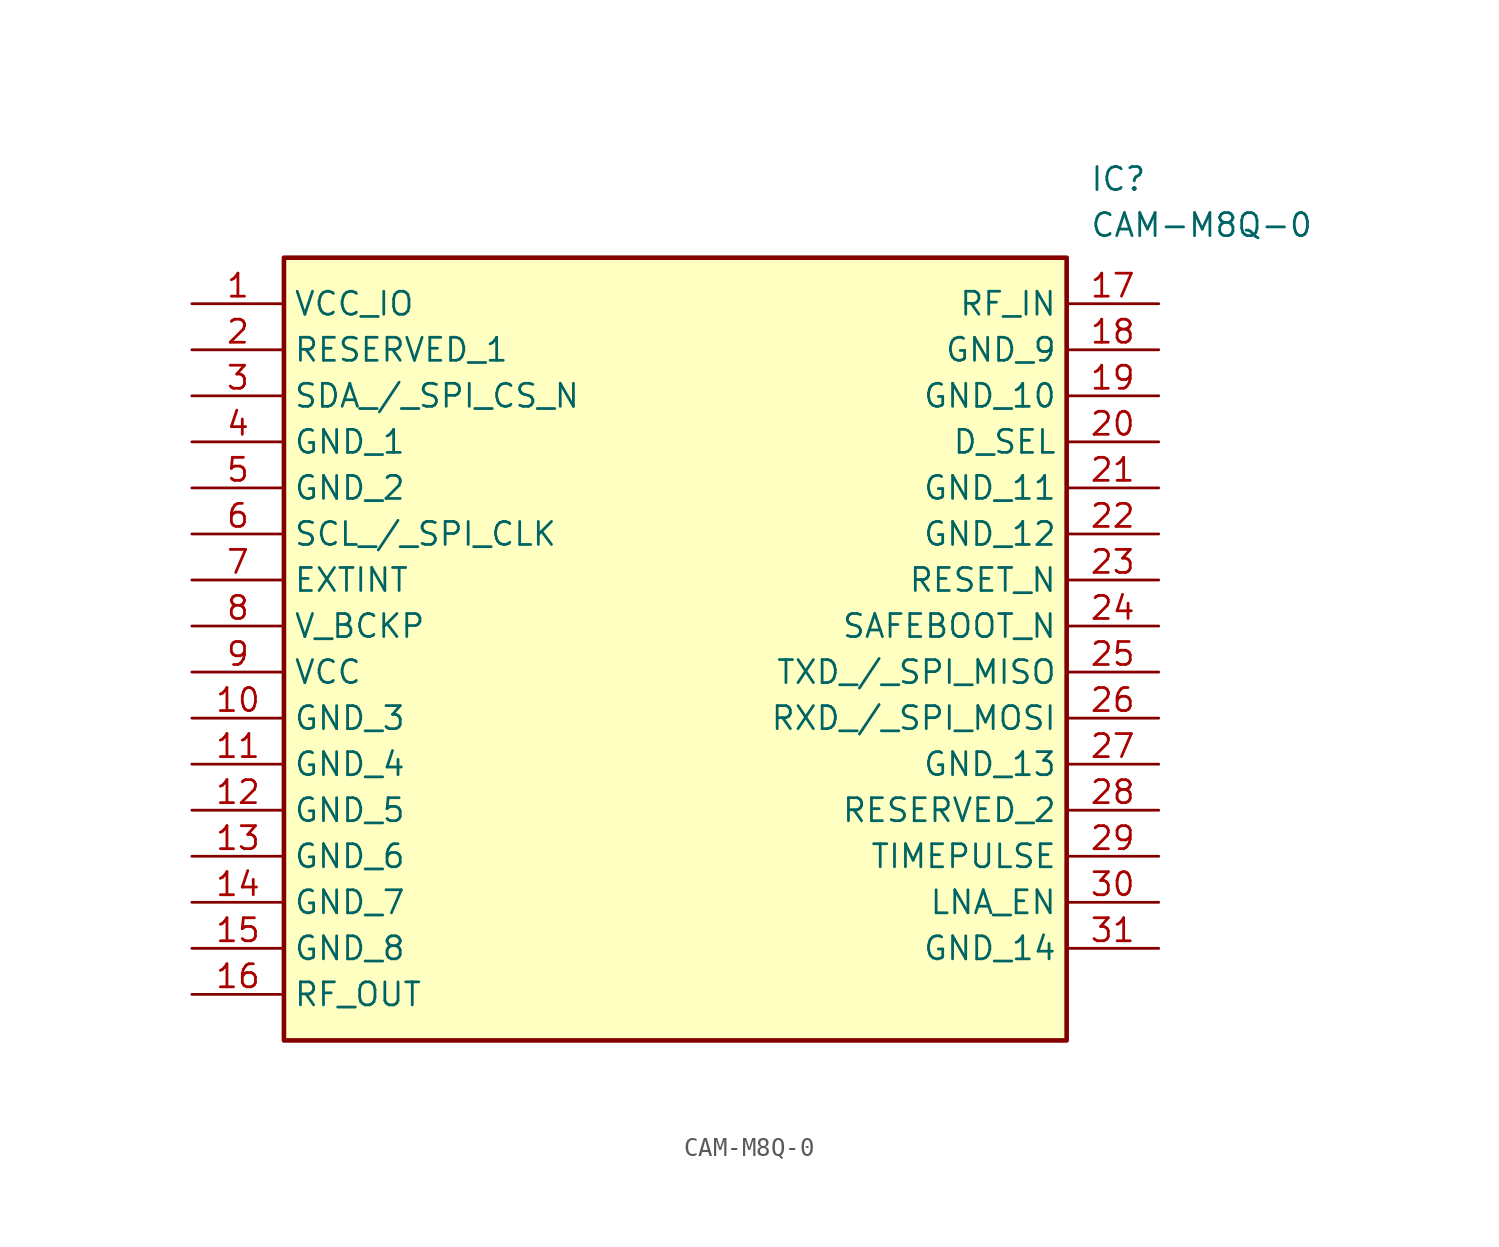
<source format=kicad_sym>
(kicad_symbol_lib
  (version 20211014)
  (generator SamacSys_ECAD_Model)
  (symbol "CAM-M8Q-0"
    (property "Reference" "IC"
      (at 49.53 7.62 0)
      (effects (font (size 1.27 1.27)) (justify left top)))
    (property "Value" "CAM-M8Q-0"
      (at 49.53 5.08 0)
      (effects (font (size 1.27 1.27)) (justify left top)))
    (rectangle
      (start 5.08 2.54)
      (end 48.26 -40.64)
      (stroke (width 0.254) (type default))
      (fill (type background)))
    (pin passive line
      (at 0 0 0)
      (length 5.08)
      (name "VCC_IO" (effects (font (size 1.27 1.27))))
      (number "1" (effects (font (size 1.27 1.27)))))
    (pin passive line
      (at 0 -2.54 0)
      (length 5.08)
      (name "RESERVED_1" (effects (font (size 1.27 1.27))))
      (number "2" (effects (font (size 1.27 1.27)))))
    (pin passive line
      (at 0 -5.08 0)
      (length 5.08)
      (name "SDA_/_SPI_CS_N" (effects (font (size 1.27 1.27))))
      (number "3" (effects (font (size 1.27 1.27)))))
    (pin passive line
      (at 0 -7.62 0)
      (length 5.08)
      (name "GND_1" (effects (font (size 1.27 1.27))))
      (number "4" (effects (font (size 1.27 1.27)))))
    (pin passive line
      (at 0 -10.16 0)
      (length 5.08)
      (name "GND_2" (effects (font (size 1.27 1.27))))
      (number "5" (effects (font (size 1.27 1.27)))))
    (pin passive line
      (at 0 -12.7 0)
      (length 5.08)
      (name "SCL_/_SPI_CLK" (effects (font (size 1.27 1.27))))
      (number "6" (effects (font (size 1.27 1.27)))))
    (pin passive line
      (at 0 -15.24 0)
      (length 5.08)
      (name "EXTINT" (effects (font (size 1.27 1.27))))
      (number "7" (effects (font (size 1.27 1.27)))))
    (pin passive line
      (at 0 -17.78 0)
      (length 5.08)
      (name "V_BCKP" (effects (font (size 1.27 1.27))))
      (number "8" (effects (font (size 1.27 1.27)))))
    (pin passive line
      (at 0 -20.32 0)
      (length 5.08)
      (name "VCC" (effects (font (size 1.27 1.27))))
      (number "9" (effects (font (size 1.27 1.27)))))
    (pin passive line
      (at 0 -22.86 0)
      (length 5.08)
      (name "GND_3" (effects (font (size 1.27 1.27))))
      (number "10" (effects (font (size 1.27 1.27)))))
    (pin passive line
      (at 0 -25.4 0)
      (length 5.08)
      (name "GND_4" (effects (font (size 1.27 1.27))))
      (number "11" (effects (font (size 1.27 1.27)))))
    (pin passive line
      (at 0 -27.94 0)
      (length 5.08)
      (name "GND_5" (effects (font (size 1.27 1.27))))
      (number "12" (effects (font (size 1.27 1.27)))))
    (pin passive line
      (at 0 -30.48 0)
      (length 5.08)
      (name "GND_6" (effects (font (size 1.27 1.27))))
      (number "13" (effects (font (size 1.27 1.27)))))
    (pin passive line
      (at 0 -33.02 0)
      (length 5.08)
      (name "GND_7" (effects (font (size 1.27 1.27))))
      (number "14" (effects (font (size 1.27 1.27)))))
    (pin passive line
      (at 0 -35.56 0)
      (length 5.08)
      (name "GND_8" (effects (font (size 1.27 1.27))))
      (number "15" (effects (font (size 1.27 1.27)))))
    (pin passive line
      (at 0 -38.1 0)
      (length 5.08)
      (name "RF_OUT" (effects (font (size 1.27 1.27))))
      (number "16" (effects (font (size 1.27 1.27)))))
    (pin passive line
      (at 53.34 0 180)
      (length 5.08)
      (name "RF_IN" (effects (font (size 1.27 1.27))))
      (number "17" (effects (font (size 1.27 1.27)))))
    (pin passive line
      (at 53.34 -2.54 180)
      (length 5.08)
      (name "GND_9" (effects (font (size 1.27 1.27))))
      (number "18" (effects (font (size 1.27 1.27)))))
    (pin passive line
      (at 53.34 -5.08 180)
      (length 5.08)
      (name "GND_10" (effects (font (size 1.27 1.27))))
      (number "19" (effects (font (size 1.27 1.27)))))
    (pin passive line
      (at 53.34 -7.62 180)
      (length 5.08)
      (name "D_SEL" (effects (font (size 1.27 1.27))))
      (number "20" (effects (font (size 1.27 1.27)))))
    (pin passive line
      (at 53.34 -10.16 180)
      (length 5.08)
      (name "GND_11" (effects (font (size 1.27 1.27))))
      (number "21" (effects (font (size 1.27 1.27)))))
    (pin passive line
      (at 53.34 -12.7 180)
      (length 5.08)
      (name "GND_12" (effects (font (size 1.27 1.27))))
      (number "22" (effects (font (size 1.27 1.27)))))
    (pin passive line
      (at 53.34 -15.24 180)
      (length 5.08)
      (name "RESET_N" (effects (font (size 1.27 1.27))))
      (number "23" (effects (font (size 1.27 1.27)))))
    (pin passive line
      (at 53.34 -17.78 180)
      (length 5.08)
      (name "SAFEBOOT_N" (effects (font (size 1.27 1.27))))
      (number "24" (effects (font (size 1.27 1.27)))))
    (pin passive line
      (at 53.34 -20.32 180)
      (length 5.08)
      (name "TXD_/_SPI_MISO" (effects (font (size 1.27 1.27))))
      (number "25" (effects (font (size 1.27 1.27)))))
    (pin passive line
      (at 53.34 -22.86 180)
      (length 5.08)
      (name "RXD_/_SPI_MOSI" (effects (font (size 1.27 1.27))))
      (number "26" (effects (font (size 1.27 1.27)))))
    (pin passive line
      (at 53.34 -25.4 180)
      (length 5.08)
      (name "GND_13" (effects (font (size 1.27 1.27))))
      (number "27" (effects (font (size 1.27 1.27)))))
    (pin passive line
      (at 53.34 -27.94 180)
      (length 5.08)
      (name "RESERVED_2" (effects (font (size 1.27 1.27))))
      (number "28" (effects (font (size 1.27 1.27)))))
    (pin passive line
      (at 53.34 -30.48 180)
      (length 5.08)
      (name "TIMEPULSE" (effects (font (size 1.27 1.27))))
      (number "29" (effects (font (size 1.27 1.27)))))
    (pin passive line
      (at 53.34 -33.02 180)
      (length 5.08)
      (name "LNA_EN" (effects (font (size 1.27 1.27))))
      (number "30" (effects (font (size 1.27 1.27)))))
    (pin passive line
      (at 53.34 -35.56 180)
      (length 5.08)
      (name "GND_14" (effects (font (size 1.27 1.27))))
      (number "31" (effects (font (size 1.27 1.27)))))))
</source>
